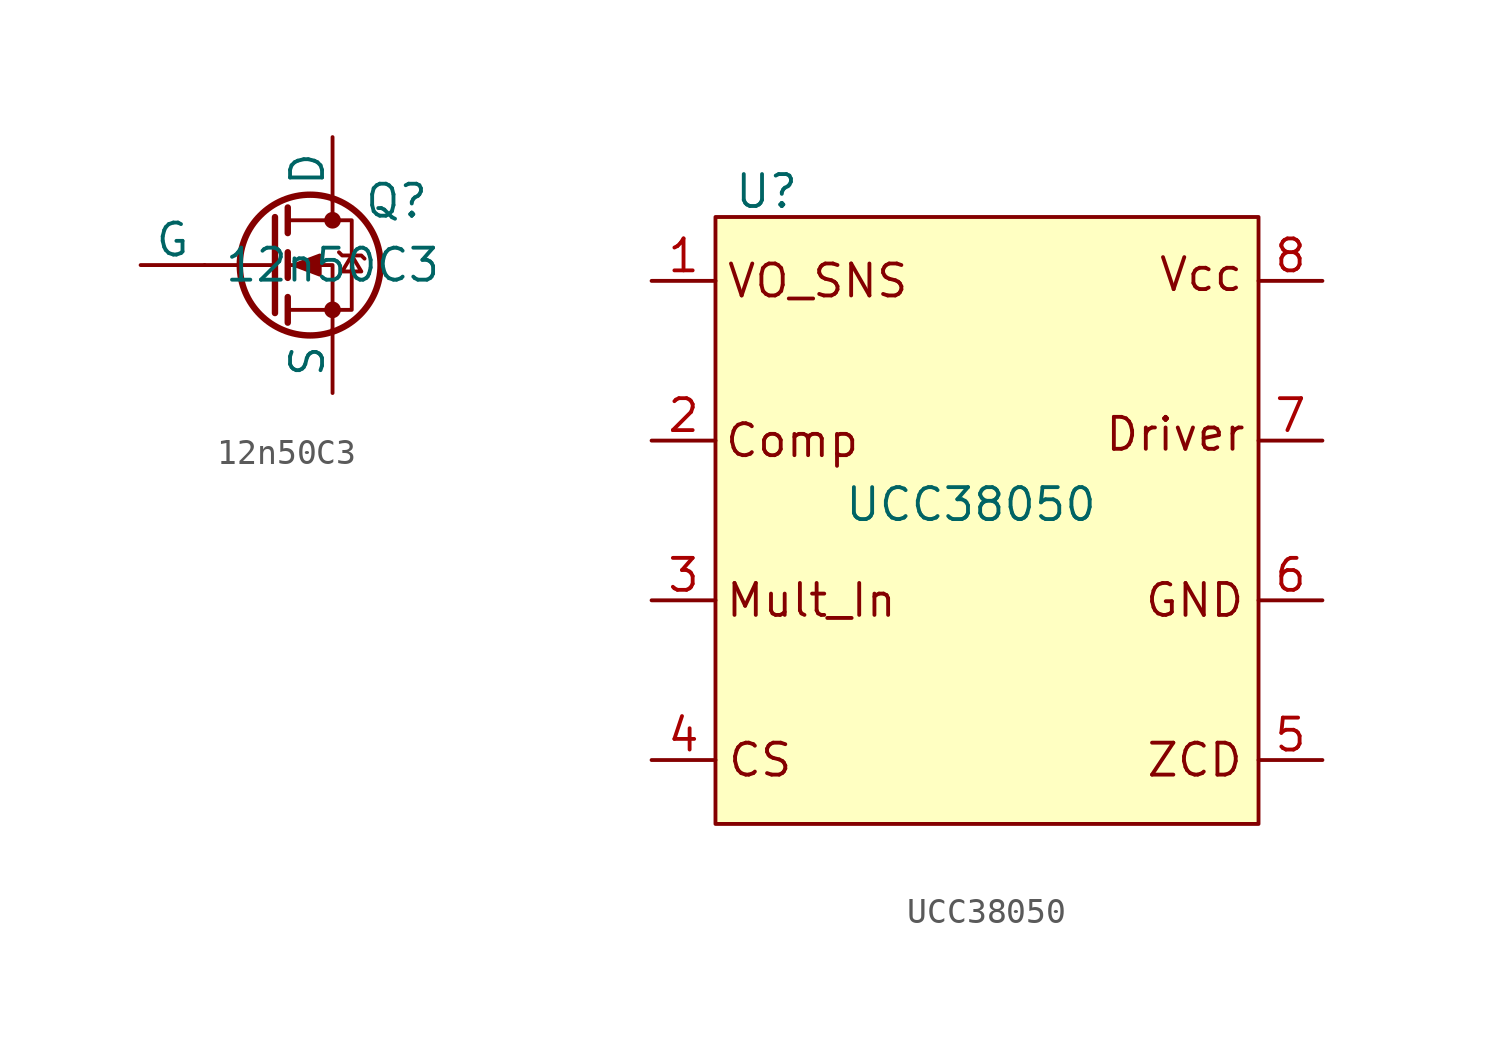
<source format=kicad_sym>
(kicad_symbol_lib
  (version 20241209)
  (generator "kicad_symbol_editor")
  (generator_version "9.0")
  (symbol "12n50C3"
    (pin_numbers
      (hide yes))
    (pin_names
      (offset 0))
    (property "Reference" "Q"
      (at 2.54 2.54 0)
      (effects (font (size 1.27 1.27))))
    (property "Value" "12n50C3"
      (at 0 0 0)
      (effects (font (size 1.27 1.27))))
    (symbol "12n50C3_0_1"
      (polyline (pts (xy -2.286 1.905) (xy -2.286 -1.905)) (stroke (width 0.254) (type default)) (fill (type none)))
      (polyline (pts (xy -2.286 0) (xy -5.08 0)) (stroke (width 0) (type default)) (fill (type none)))
      (polyline (pts (xy -1.778 2.286) (xy -1.778 1.27)) (stroke (width 0.254) (type default)) (fill (type none)))
      (polyline (pts (xy -1.778 0.508) (xy -1.778 -0.508)) (stroke (width 0.254) (type default)) (fill (type none)))
      (polyline (pts (xy -1.778 -1.27) (xy -1.778 -2.286)) (stroke (width 0.254) (type default)) (fill (type none)))
      (polyline (pts (xy -1.778 -1.778) (xy 0.762 -1.778) (xy 0.762 1.778) (xy -1.778 1.778)) (stroke (width 0) (type default)) (fill (type none)))
      (polyline (pts (xy -1.524 0) (xy -0.508 0.381) (xy -0.508 -0.381) (xy -1.524 0)) (stroke (width 0) (type default)) (fill (type outline)))
      (circle (center -0.889 0) (radius 2.794) (stroke (width 0.254) (type default)) (fill (type none)))
      (polyline (pts (xy 0 2.54) (xy 0 1.778)) (stroke (width 0) (type default)) (fill (type none)))
      (circle (center 0 1.778) (radius 0.254) (stroke (width 0) (type default)) (fill (type outline)))
      (circle (center 0 -1.778) (radius 0.254) (stroke (width 0) (type default)) (fill (type outline)))
      (polyline (pts (xy 0 -2.54) (xy 0 0) (xy -1.778 0)) (stroke (width 0) (type default)) (fill (type none)))
      (polyline (pts (xy 0.254 0.508) (xy 0.381 0.381) (xy 1.143 0.381) (xy 1.27 0.254)) (stroke (width 0) (type default)) (fill (type none)))
      (polyline (pts (xy 0.762 0.381) (xy 0.381 -0.254) (xy 1.143 -0.254) (xy 0.762 0.381)) (stroke (width 0) (type default)) (fill (type none))))
    (symbol "12n50C3_1_1"
      (pin input line (at -7.62 0 0) (length 2.54) (name "G" (effects (font (size 1.27 1.27)))) (number "1" (effects (font (size 1.27 1.27)))))
      (pin passive line (at 0 5.08 270) (length 2.54) (name "D" (effects (font (size 1.27 1.27)))) (number "2" (effects (font (size 1.27 1.27)))))
      (pin passive line (at 0 -5.08 90) (length 2.54) (name "S" (effects (font (size 1.27 1.27)))) (number "3" (effects (font (size 1.27 1.27)))))))
  (symbol "UCC38050"
    (property "Reference" "U"
      (at -8.128 12.446 0)
      (effects (font (size 1.27 1.27))))
    (property "Value" "UCC38050"
      (at 0 0 0)
      (effects (font (size 1.27 1.27))))
    (symbol "UCC38050_1_1"
      (rectangle (start -10.16 11.43) (end 11.43 -12.7) (stroke (width 0) (type solid)) (fill (type background)))
      (text "CS" (at -8.382 -10.16 0) (effects (font (size 1.27 1.27))))
      (text "Comp" (at -7.112 2.54 0) (effects (font (size 1.27 1.27))))
      (text "Mult_In" (at -6.35 -3.81 0) (effects (font (size 1.27 1.27))))
      (text "VO_SNS" (at -6.096 8.89 0) (effects (font (size 1.27 1.27))))
      (text "Driver" (at 8.128 2.794 0) (effects (font (size 1.27 1.27))))
      (text "GND" (at 8.89 -3.81 0) (effects (font (size 1.27 1.27))))
      (text "ZCD" (at 8.89 -10.16 0) (effects (font (size 1.27 1.27))))
      (text "Vcc" (at 9.144 9.144 0) (effects (font (size 1.27 1.27))))
      (pin input line (at -12.7 8.89 0) (length 2.54) (name "" (effects (font (size 1.27 1.27)))) (number "1" (effects (font (size 1.27 1.27)))))
      (pin input line (at -12.7 2.54 0) (length 2.54) (name "" (effects (font (size 1.27 1.27)))) (number "2" (effects (font (size 1.27 1.27)))))
      (pin input line (at -12.7 -3.81 0) (length 2.54) (name "" (effects (font (size 1.27 1.27)))) (number "3" (effects (font (size 1.27 1.27)))))
      (pin input line (at -12.7 -10.16 0) (length 2.54) (name "" (effects (font (size 1.27 1.27)))) (number "4" (effects (font (size 1.27 1.27)))))
      (pin input line (at 13.97 8.89 180) (length 2.54) (name "" (effects (font (size 1.27 1.27)))) (number "8" (effects (font (size 1.27 1.27)))))
      (pin input line (at 13.97 2.54 180) (length 2.54) (name "" (effects (font (size 1.27 1.27)))) (number "7" (effects (font (size 1.27 1.27)))))
      (pin input line (at 13.97 -3.81 180) (length 2.54) (name "" (effects (font (size 1.27 1.27)))) (number "6" (effects (font (size 1.27 1.27)))))
      (pin input line (at 13.97 -10.16 180) (length 2.54) (name "" (effects (font (size 1.27 1.27)))) (number "5" (effects (font (size 1.27 1.27))))))))
</source>
